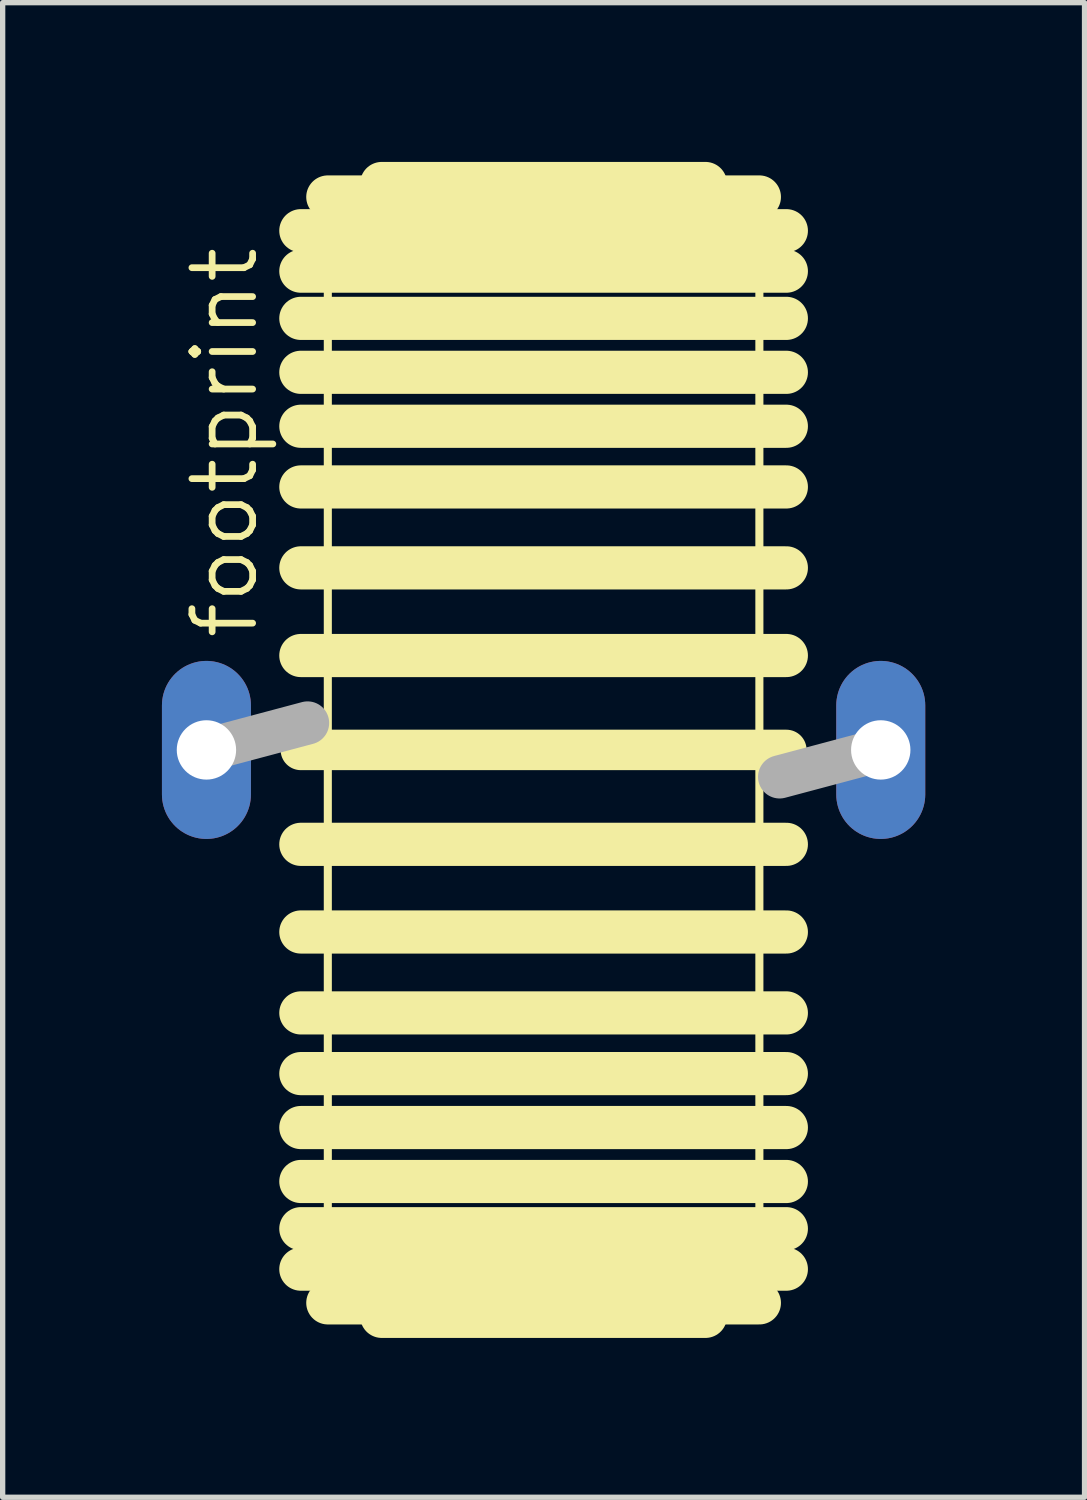
<source format=kicad_pcb>
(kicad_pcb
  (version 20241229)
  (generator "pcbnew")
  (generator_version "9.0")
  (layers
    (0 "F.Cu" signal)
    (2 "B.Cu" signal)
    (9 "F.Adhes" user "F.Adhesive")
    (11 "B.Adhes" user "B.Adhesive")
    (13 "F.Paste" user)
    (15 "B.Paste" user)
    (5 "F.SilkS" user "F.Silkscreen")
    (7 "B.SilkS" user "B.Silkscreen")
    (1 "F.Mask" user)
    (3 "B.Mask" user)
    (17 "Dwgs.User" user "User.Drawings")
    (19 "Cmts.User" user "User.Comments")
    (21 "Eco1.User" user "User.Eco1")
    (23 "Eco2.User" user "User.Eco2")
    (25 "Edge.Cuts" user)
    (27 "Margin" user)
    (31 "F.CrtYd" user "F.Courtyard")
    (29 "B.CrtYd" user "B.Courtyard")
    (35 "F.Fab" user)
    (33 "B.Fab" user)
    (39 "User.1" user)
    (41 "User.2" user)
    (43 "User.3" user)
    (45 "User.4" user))
  (footprint "footprint"
    (layer "F.Cu")
    (at 7.188 11.074)
    (property "Reference" "footprint" (at -5.334 -2.032 90) (layer "F.SilkS") (effects (font (size 1.143 1.143) (thickness 0.127)) (justify left bottom)))
    (fp_line (start -4.572 -9.779) (end 4.572 -9.779) (stroke (width 0.813) (type solid)) (layer "F.SilkS"))
    (fp_line (start -4.572 -9.017) (end 4.572 -9.017) (stroke (width 0.813) (type solid)) (layer "F.SilkS"))
    (fp_line (start -4.572 -8.128) (end 4.572 -8.128) (stroke (width 0.813) (type solid)) (layer "F.SilkS"))
    (fp_line (start -4.572 -7.112) (end 4.572 -7.112) (stroke (width 0.813) (type solid)) (layer "F.SilkS"))
    (fp_line (start -4.572 -6.096) (end 4.572 -6.096) (stroke (width 0.813) (type solid)) (layer "F.SilkS"))
    (fp_line (start -4.572 -4.953) (end 4.572 -4.953) (stroke (width 0.813) (type solid)) (layer "F.SilkS"))
    (fp_line (start -4.572 -3.429) (end 4.572 -3.429) (stroke (width 0.813) (type solid)) (layer "F.SilkS"))
    (fp_line (start -4.572 -1.778) (end 4.572 -1.778) (stroke (width 0.813) (type solid)) (layer "F.SilkS"))
    (fp_line (start -4.572 0) (end 4.572 0) (stroke (width 0.762) (type solid)) (layer "F.SilkS"))
    (fp_line (start -4.064 -10.414) (end 4.064 -10.414) (stroke (width 0.813) (type solid)) (layer "F.SilkS"))
    (fp_line (start -4.064 10.414) (end -4.064 -10.414) (stroke (width 0.152) (type solid)) (layer "F.SilkS"))
    (fp_line (start -4.064 10.414) (end 4.064 10.414) (stroke (width 0.813) (type solid)) (layer "F.SilkS"))
    (fp_line (start -3.048 -10.668) (end 3.048 -10.668) (stroke (width 0.813) (type solid)) (layer "F.SilkS"))
    (fp_line (start -3.048 10.668) (end 3.048 10.668) (stroke (width 0.813) (type solid)) (layer "F.SilkS"))
    (fp_line (start 4.064 -10.414) (end 4.064 10.414) (stroke (width 0.152) (type solid)) (layer "F.SilkS"))
    (fp_line (start 4.572 1.778) (end -4.572 1.778) (stroke (width 0.813) (type solid)) (layer "F.SilkS"))
    (fp_line (start 4.572 3.429) (end -4.572 3.429) (stroke (width 0.813) (type solid)) (layer "F.SilkS"))
    (fp_line (start 4.572 4.953) (end -4.572 4.953) (stroke (width 0.813) (type solid)) (layer "F.SilkS"))
    (fp_line (start 4.572 6.096) (end -4.572 6.096) (stroke (width 0.813) (type solid)) (layer "F.SilkS"))
    (fp_line (start 4.572 7.112) (end -4.572 7.112) (stroke (width 0.813) (type solid)) (layer "F.SilkS"))
    (fp_line (start 4.572 8.128) (end -4.572 8.128) (stroke (width 0.813) (type solid)) (layer "F.SilkS"))
    (fp_line (start 4.572 9.017) (end -4.572 9.017) (stroke (width 0.813) (type solid)) (layer "F.SilkS"))
    (fp_line (start 4.572 9.779) (end -4.572 9.779) (stroke (width 0.813) (type solid)) (layer "F.SilkS"))
    (fp_line (start -6.35 0) (end -4.445 -0.508) (stroke (width 0.813) (type solid)) (layer "F.Fab"))
    (fp_line (start 4.445 0.508) (end 6.35 0) (stroke (width 0.813) (type solid)) (layer "F.Fab"))
    (pad "1" thru_hole oval (at -6.35 0 90) (size 3.353 1.676) (drill 1.118) (layers "*.Cu" "*.Mask"))
    (pad "2" thru_hole oval (at 6.35 0 90) (size 3.353 1.676) (drill 1.118) (layers "*.Cu" "*.Mask")))
  (gr_rect
    (start -3 -3)
    (end 17.376 25.149)
    (stroke (width 0.1) (type default))
    (fill no)
    (layer "Edge.Cuts")))
</source>
